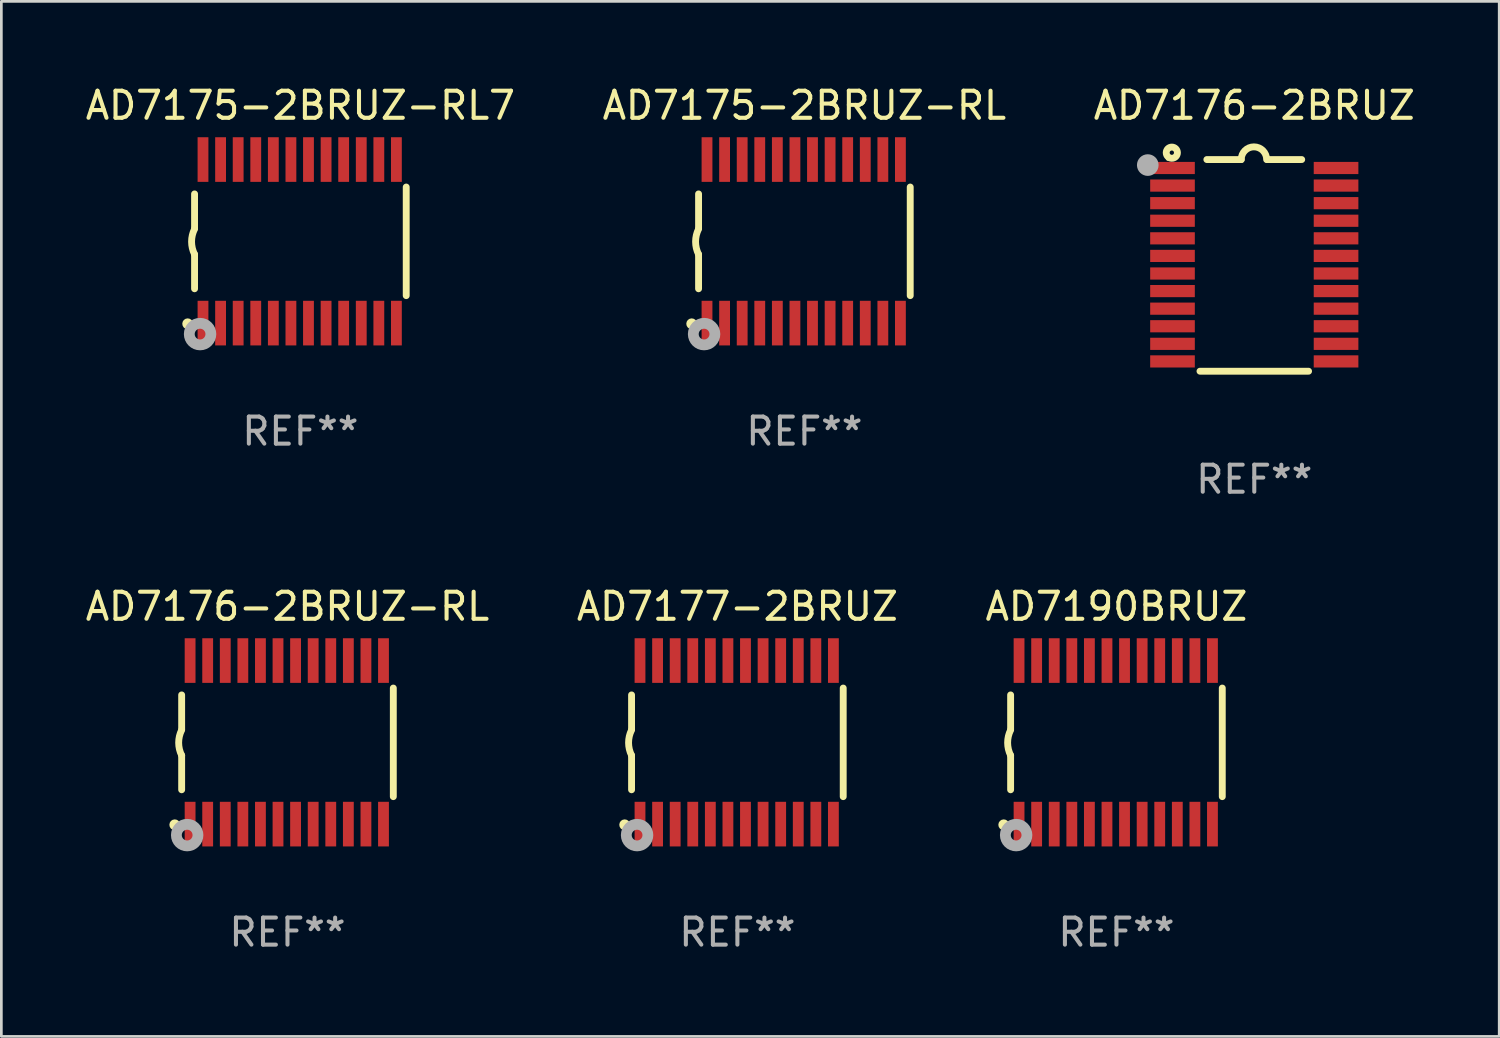
<source format=kicad_pcb>
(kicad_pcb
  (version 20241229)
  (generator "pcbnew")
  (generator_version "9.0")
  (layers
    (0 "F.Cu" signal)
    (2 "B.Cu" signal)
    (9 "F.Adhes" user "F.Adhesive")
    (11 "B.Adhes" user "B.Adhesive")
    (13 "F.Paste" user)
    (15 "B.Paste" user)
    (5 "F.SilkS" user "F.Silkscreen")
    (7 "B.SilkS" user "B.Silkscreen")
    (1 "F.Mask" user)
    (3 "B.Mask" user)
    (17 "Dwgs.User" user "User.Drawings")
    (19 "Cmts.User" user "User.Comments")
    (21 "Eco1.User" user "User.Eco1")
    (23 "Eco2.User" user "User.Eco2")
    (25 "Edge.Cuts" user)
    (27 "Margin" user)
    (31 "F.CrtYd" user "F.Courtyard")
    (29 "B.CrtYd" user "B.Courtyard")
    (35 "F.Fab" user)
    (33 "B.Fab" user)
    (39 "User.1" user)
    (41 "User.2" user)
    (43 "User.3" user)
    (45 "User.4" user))
  (footprint "AD7175-2BRUZ-RL"
    (layer "F.Cu")
    (at 26.685 5.871)
    (property "Reference" "AD7175-2BRUZ-RL" (at 0 -5.023 0) (layer "F.SilkS") (effects (font (size 1 1) (thickness 0.15))))
    (attr through_hole)
    (fp_line (start -3.912 -0.483) (end -3.912 -1.753) (stroke (width 0.254) (type solid)) (layer "F.SilkS"))
    (fp_line (start -3.912 1.753) (end -3.912 0.483) (stroke (width 0.254) (type solid)) (layer "F.SilkS"))
    (fp_line (start 3.912 -2.007) (end 3.912 2.007) (stroke (width 0.254) (type solid)) (layer "F.SilkS"))
    (fp_arc (start -3.911608 0.482601) (mid -4.022537 0.0127) (end -3.911608 -0.457201) (stroke (width 0.254001) (type solid)) (layer "F.SilkS"))
    (fp_circle (center -4.166 3.048) (end -4.066 3.048) (stroke (width 0.2) (type solid)) (fill no) (layer "F.SilkS"))
    (fp_circle (center -3.925 3.186) (end -3.895 3.186) (stroke (width 0.06) (type solid)) (fill no) (layer "F.SilkS"))
    (fp_circle (center -3.708 3.429) (end -3.509 3.429) (stroke (width 0.4) (type solid)) (fill no) (layer "F.Fab"))
    (fp_text user "REF**" (at 0 7.023 0) (layer "F.Fab") (effects (font (size 1 1) (thickness 0.15))))
    (pad "1" smd rect (at -3.6 3.023) (size 0.4 1.65) (layers "F.Cu" "F.Mask" "F.Paste"))
    (pad "2" smd rect (at -2.95 3.023) (size 0.4 1.65) (layers "F.Cu" "F.Mask" "F.Paste"))
    (pad "3" smd rect (at -2.3 3.023) (size 0.4 1.65) (layers "F.Cu" "F.Mask" "F.Paste"))
    (pad "4" smd rect (at -1.65 3.023) (size 0.4 1.65) (layers "F.Cu" "F.Mask" "F.Paste"))
    (pad "5" smd rect (at -1 3.023) (size 0.4 1.65) (layers "F.Cu" "F.Mask" "F.Paste"))
    (pad "6" smd rect (at -0.35 3.023) (size 0.4 1.65) (layers "F.Cu" "F.Mask" "F.Paste"))
    (pad "7" smd rect (at 0.299 3.023) (size 0.4 1.65) (layers "F.Cu" "F.Mask" "F.Paste"))
    (pad "8" smd rect (at 0.95 3.023) (size 0.4 1.65) (layers "F.Cu" "F.Mask" "F.Paste"))
    (pad "9" smd rect (at 1.6 3.023) (size 0.4 1.65) (layers "F.Cu" "F.Mask" "F.Paste"))
    (pad "10" smd rect (at 2.25 3.023) (size 0.4 1.65) (layers "F.Cu" "F.Mask" "F.Paste"))
    (pad "11" smd rect (at 2.9 3.023) (size 0.4 1.65) (layers "F.Cu" "F.Mask" "F.Paste"))
    (pad "12" smd rect (at 3.549 3.023) (size 0.4 1.65) (layers "F.Cu" "F.Mask" "F.Paste"))
    (pad "13" smd rect (at 3.549 -3.023) (size 0.4 1.65) (layers "F.Cu" "F.Mask" "F.Paste"))
    (pad "14" smd rect (at 2.9 -3.023) (size 0.4 1.65) (layers "F.Cu" "F.Mask" "F.Paste"))
    (pad "15" smd rect (at 2.25 -3.023) (size 0.4 1.65) (layers "F.Cu" "F.Mask" "F.Paste"))
    (pad "16" smd rect (at 1.6 -3.023) (size 0.4 1.65) (layers "F.Cu" "F.Mask" "F.Paste"))
    (pad "17" smd rect (at 0.95 -3.023) (size 0.4 1.65) (layers "F.Cu" "F.Mask" "F.Paste"))
    (pad "18" smd rect (at 0.299 -3.023) (size 0.4 1.65) (layers "F.Cu" "F.Mask" "F.Paste"))
    (pad "19" smd rect (at -0.35 -3.023) (size 0.4 1.65) (layers "F.Cu" "F.Mask" "F.Paste"))
    (pad "20" smd rect (at -1 -3.023) (size 0.4 1.65) (layers "F.Cu" "F.Mask" "F.Paste"))
    (pad "21" smd rect (at -1.65 -3.023) (size 0.4 1.65) (layers "F.Cu" "F.Mask" "F.Paste"))
    (pad "22" smd rect (at -2.3 -3.023) (size 0.4 1.65) (layers "F.Cu" "F.Mask" "F.Paste"))
    (pad "23" smd rect (at -2.95 -3.023) (size 0.4 1.65) (layers "F.Cu" "F.Mask" "F.Paste"))
    (pad "24" smd rect (at -3.6 -3.023) (size 0.4 1.65) (layers "F.Cu" "F.Mask" "F.Paste")))
  (footprint "AD7176-2BRUZ-RL"
    (layer "F.Cu")
    (at 7.577 24.391)
    (property "Reference" "AD7176-2BRUZ-RL" (at 0 -5.023 0) (layer "F.SilkS") (effects (font (size 1 1) (thickness 0.15))))
    (attr through_hole)
    (fp_line (start -3.912 -0.483) (end -3.912 -1.753) (stroke (width 0.254) (type solid)) (layer "F.SilkS"))
    (fp_line (start -3.912 1.753) (end -3.912 0.483) (stroke (width 0.254) (type solid)) (layer "F.SilkS"))
    (fp_line (start 3.912 -2.007) (end 3.912 2.007) (stroke (width 0.254) (type solid)) (layer "F.SilkS"))
    (fp_arc (start -3.911608 0.482601) (mid -4.022537 0.0127) (end -3.911608 -0.457201) (stroke (width 0.254001) (type solid)) (layer "F.SilkS"))
    (fp_circle (center -4.166 3.048) (end -4.066 3.048) (stroke (width 0.2) (type solid)) (fill no) (layer "F.SilkS"))
    (fp_circle (center -3.925 3.186) (end -3.895 3.186) (stroke (width 0.06) (type solid)) (fill no) (layer "F.SilkS"))
    (fp_circle (center -3.708 3.429) (end -3.509 3.429) (stroke (width 0.4) (type solid)) (fill no) (layer "F.Fab"))
    (fp_text user "REF**" (at 0 7.023 0) (layer "F.Fab") (effects (font (size 1 1) (thickness 0.15))))
    (pad "1" smd rect (at -3.6 3.023) (size 0.4 1.65) (layers "F.Cu" "F.Mask" "F.Paste"))
    (pad "2" smd rect (at -2.95 3.023) (size 0.4 1.65) (layers "F.Cu" "F.Mask" "F.Paste"))
    (pad "3" smd rect (at -2.3 3.023) (size 0.4 1.65) (layers "F.Cu" "F.Mask" "F.Paste"))
    (pad "4" smd rect (at -1.65 3.023) (size 0.4 1.65) (layers "F.Cu" "F.Mask" "F.Paste"))
    (pad "5" smd rect (at -1 3.023) (size 0.4 1.65) (layers "F.Cu" "F.Mask" "F.Paste"))
    (pad "6" smd rect (at -0.35 3.023) (size 0.4 1.65) (layers "F.Cu" "F.Mask" "F.Paste"))
    (pad "7" smd rect (at 0.299 3.023) (size 0.4 1.65) (layers "F.Cu" "F.Mask" "F.Paste"))
    (pad "8" smd rect (at 0.95 3.023) (size 0.4 1.65) (layers "F.Cu" "F.Mask" "F.Paste"))
    (pad "9" smd rect (at 1.6 3.023) (size 0.4 1.65) (layers "F.Cu" "F.Mask" "F.Paste"))
    (pad "10" smd rect (at 2.25 3.023) (size 0.4 1.65) (layers "F.Cu" "F.Mask" "F.Paste"))
    (pad "11" smd rect (at 2.9 3.023) (size 0.4 1.65) (layers "F.Cu" "F.Mask" "F.Paste"))
    (pad "12" smd rect (at 3.549 3.023) (size 0.4 1.65) (layers "F.Cu" "F.Mask" "F.Paste"))
    (pad "13" smd rect (at 3.549 -3.023) (size 0.4 1.65) (layers "F.Cu" "F.Mask" "F.Paste"))
    (pad "14" smd rect (at 2.9 -3.023) (size 0.4 1.65) (layers "F.Cu" "F.Mask" "F.Paste"))
    (pad "15" smd rect (at 2.25 -3.023) (size 0.4 1.65) (layers "F.Cu" "F.Mask" "F.Paste"))
    (pad "16" smd rect (at 1.6 -3.023) (size 0.4 1.65) (layers "F.Cu" "F.Mask" "F.Paste"))
    (pad "17" smd rect (at 0.95 -3.023) (size 0.4 1.65) (layers "F.Cu" "F.Mask" "F.Paste"))
    (pad "18" smd rect (at 0.299 -3.023) (size 0.4 1.65) (layers "F.Cu" "F.Mask" "F.Paste"))
    (pad "19" smd rect (at -0.35 -3.023) (size 0.4 1.65) (layers "F.Cu" "F.Mask" "F.Paste"))
    (pad "20" smd rect (at -1 -3.023) (size 0.4 1.65) (layers "F.Cu" "F.Mask" "F.Paste"))
    (pad "21" smd rect (at -1.65 -3.023) (size 0.4 1.65) (layers "F.Cu" "F.Mask" "F.Paste"))
    (pad "22" smd rect (at -2.3 -3.023) (size 0.4 1.65) (layers "F.Cu" "F.Mask" "F.Paste"))
    (pad "23" smd rect (at -2.95 -3.023) (size 0.4 1.65) (layers "F.Cu" "F.Mask" "F.Paste"))
    (pad "24" smd rect (at -3.6 -3.023) (size 0.4 1.65) (layers "F.Cu" "F.Mask" "F.Paste")))
  (footprint "AD7175-2BRUZ-RL7"
    (layer "F.Cu")
    (at 8.054 5.871)
    (property "Reference" "AD7175-2BRUZ-RL7" (at 0 -5.023 0) (layer "F.SilkS") (effects (font (size 1 1) (thickness 0.15))))
    (attr through_hole)
    (fp_line (start -3.912 -0.483) (end -3.912 -1.753) (stroke (width 0.254) (type solid)) (layer "F.SilkS"))
    (fp_line (start -3.912 1.753) (end -3.912 0.483) (stroke (width 0.254) (type solid)) (layer "F.SilkS"))
    (fp_line (start 3.912 -2.007) (end 3.912 2.007) (stroke (width 0.254) (type solid)) (layer "F.SilkS"))
    (fp_arc (start -3.911608 0.482601) (mid -4.022537 0.0127) (end -3.911608 -0.457201) (stroke (width 0.254001) (type solid)) (layer "F.SilkS"))
    (fp_circle (center -4.166 3.048) (end -4.066 3.048) (stroke (width 0.2) (type solid)) (fill no) (layer "F.SilkS"))
    (fp_circle (center -3.925 3.186) (end -3.895 3.186) (stroke (width 0.06) (type solid)) (fill no) (layer "F.SilkS"))
    (fp_circle (center -3.708 3.429) (end -3.509 3.429) (stroke (width 0.4) (type solid)) (fill no) (layer "F.Fab"))
    (fp_text user "REF**" (at 0 7.023 0) (layer "F.Fab") (effects (font (size 1 1) (thickness 0.15))))
    (pad "1" smd rect (at -3.6 3.023) (size 0.4 1.65) (layers "F.Cu" "F.Mask" "F.Paste"))
    (pad "2" smd rect (at -2.95 3.023) (size 0.4 1.65) (layers "F.Cu" "F.Mask" "F.Paste"))
    (pad "3" smd rect (at -2.3 3.023) (size 0.4 1.65) (layers "F.Cu" "F.Mask" "F.Paste"))
    (pad "4" smd rect (at -1.65 3.023) (size 0.4 1.65) (layers "F.Cu" "F.Mask" "F.Paste"))
    (pad "5" smd rect (at -1 3.023) (size 0.4 1.65) (layers "F.Cu" "F.Mask" "F.Paste"))
    (pad "6" smd rect (at -0.35 3.023) (size 0.4 1.65) (layers "F.Cu" "F.Mask" "F.Paste"))
    (pad "7" smd rect (at 0.299 3.023) (size 0.4 1.65) (layers "F.Cu" "F.Mask" "F.Paste"))
    (pad "8" smd rect (at 0.95 3.023) (size 0.4 1.65) (layers "F.Cu" "F.Mask" "F.Paste"))
    (pad "9" smd rect (at 1.6 3.023) (size 0.4 1.65) (layers "F.Cu" "F.Mask" "F.Paste"))
    (pad "10" smd rect (at 2.25 3.023) (size 0.4 1.65) (layers "F.Cu" "F.Mask" "F.Paste"))
    (pad "11" smd rect (at 2.9 3.023) (size 0.4 1.65) (layers "F.Cu" "F.Mask" "F.Paste"))
    (pad "12" smd rect (at 3.549 3.023) (size 0.4 1.65) (layers "F.Cu" "F.Mask" "F.Paste"))
    (pad "13" smd rect (at 3.549 -3.023) (size 0.4 1.65) (layers "F.Cu" "F.Mask" "F.Paste"))
    (pad "14" smd rect (at 2.9 -3.023) (size 0.4 1.65) (layers "F.Cu" "F.Mask" "F.Paste"))
    (pad "15" smd rect (at 2.25 -3.023) (size 0.4 1.65) (layers "F.Cu" "F.Mask" "F.Paste"))
    (pad "16" smd rect (at 1.6 -3.023) (size 0.4 1.65) (layers "F.Cu" "F.Mask" "F.Paste"))
    (pad "17" smd rect (at 0.95 -3.023) (size 0.4 1.65) (layers "F.Cu" "F.Mask" "F.Paste"))
    (pad "18" smd rect (at 0.299 -3.023) (size 0.4 1.65) (layers "F.Cu" "F.Mask" "F.Paste"))
    (pad "19" smd rect (at -0.35 -3.023) (size 0.4 1.65) (layers "F.Cu" "F.Mask" "F.Paste"))
    (pad "20" smd rect (at -1 -3.023) (size 0.4 1.65) (layers "F.Cu" "F.Mask" "F.Paste"))
    (pad "21" smd rect (at -1.65 -3.023) (size 0.4 1.65) (layers "F.Cu" "F.Mask" "F.Paste"))
    (pad "22" smd rect (at -2.3 -3.023) (size 0.4 1.65) (layers "F.Cu" "F.Mask" "F.Paste"))
    (pad "23" smd rect (at -2.95 -3.023) (size 0.4 1.65) (layers "F.Cu" "F.Mask" "F.Paste"))
    (pad "24" smd rect (at -3.6 -3.023) (size 0.4 1.65) (layers "F.Cu" "F.Mask" "F.Paste")))
  (footprint "AD7176-2BRUZ"
    (layer "F.Cu")
    (at 43.315 6.76)
    (property "Reference" "AD7176-2BRUZ" (at 0 -5.912 0) (layer "F.SilkS") (effects (font (size 1 1) (thickness 0.15))))
    (attr through_hole)
    (fp_line (start -1.753 -3.912) (end -0.483 -3.912) (stroke (width 0.254) (type solid)) (layer "F.SilkS"))
    (fp_line (start 0.483 -3.912) (end 1.753 -3.912) (stroke (width 0.254) (type solid)) (layer "F.SilkS"))
    (fp_line (start 2.007 3.912) (end -2.007 3.912) (stroke (width 0.254) (type solid)) (layer "F.SilkS"))
    (fp_arc (start -0.482626 -3.911608) (mid -0.012725 -4.381509) (end 0.457176 -3.911608) (stroke (width 0.254001) (type solid)) (layer "F.SilkS"))
    (fp_circle (center -3.2 -3.925) (end -3.17 -3.925) (stroke (width 0.06) (type solid)) (fill no) (layer "F.SilkS"))
    (fp_circle (center -3.048 -4.166) (end -2.968 -4.166) (stroke (width 0.254) (type solid)) (fill no) (layer "F.SilkS"))
    (fp_circle (center -3.937 -3.708) (end -3.737 -3.708) (stroke (width 0.4) (type solid)) (fill no) (layer "F.Fab"))
    (fp_text user "REF**" (at 0 7.912 0) (layer "F.Fab") (effects (font (size 1 1) (thickness 0.15))))
    (pad "1" smd rect (at -3.023 -3.6) (size 1.65 0.45) (layers "F.Cu" "F.Mask" "F.Paste"))
    (pad "2" smd rect (at -3.023 -2.95) (size 1.65 0.45) (layers "F.Cu" "F.Mask" "F.Paste"))
    (pad "3" smd rect (at -3.023 -2.3) (size 1.65 0.45) (layers "F.Cu" "F.Mask" "F.Paste"))
    (pad "4" smd rect (at -3.023 -1.65) (size 1.65 0.45) (layers "F.Cu" "F.Mask" "F.Paste"))
    (pad "5" smd rect (at -3.023 -1) (size 1.65 0.45) (layers "F.Cu" "F.Mask" "F.Paste"))
    (pad "6" smd rect (at -3.023 -0.35) (size 1.65 0.45) (layers "F.Cu" "F.Mask" "F.Paste"))
    (pad "7" smd rect (at -3.023 0.3) (size 1.65 0.45) (layers "F.Cu" "F.Mask" "F.Paste"))
    (pad "8" smd rect (at -3.023 0.95) (size 1.65 0.45) (layers "F.Cu" "F.Mask" "F.Paste"))
    (pad "9" smd rect (at -3.023 1.6) (size 1.65 0.45) (layers "F.Cu" "F.Mask" "F.Paste"))
    (pad "10" smd rect (at -3.023 2.25) (size 1.65 0.45) (layers "F.Cu" "F.Mask" "F.Paste"))
    (pad "11" smd rect (at -3.023 2.9) (size 1.65 0.45) (layers "F.Cu" "F.Mask" "F.Paste"))
    (pad "12" smd rect (at -3.023 3.55) (size 1.65 0.45) (layers "F.Cu" "F.Mask" "F.Paste"))
    (pad "13" smd rect (at 3.023 3.55) (size 1.65 0.45) (layers "F.Cu" "F.Mask" "F.Paste"))
    (pad "14" smd rect (at 3.023 2.9) (size 1.65 0.45) (layers "F.Cu" "F.Mask" "F.Paste"))
    (pad "15" smd rect (at 3.023 2.25) (size 1.65 0.45) (layers "F.Cu" "F.Mask" "F.Paste"))
    (pad "16" smd rect (at 3.023 1.6) (size 1.65 0.45) (layers "F.Cu" "F.Mask" "F.Paste"))
    (pad "17" smd rect (at 3.023 0.95) (size 1.65 0.45) (layers "F.Cu" "F.Mask" "F.Paste"))
    (pad "18" smd rect (at 3.023 0.3) (size 1.65 0.45) (layers "F.Cu" "F.Mask" "F.Paste"))
    (pad "19" smd rect (at 3.023 -0.35) (size 1.65 0.45) (layers "F.Cu" "F.Mask" "F.Paste"))
    (pad "20" smd rect (at 3.023 -1) (size 1.65 0.45) (layers "F.Cu" "F.Mask" "F.Paste"))
    (pad "21" smd rect (at 3.023 -1.65) (size 1.65 0.45) (layers "F.Cu" "F.Mask" "F.Paste"))
    (pad "22" smd rect (at 3.023 -2.3) (size 1.65 0.45) (layers "F.Cu" "F.Mask" "F.Paste"))
    (pad "23" smd rect (at 3.023 -2.95) (size 1.65 0.45) (layers "F.Cu" "F.Mask" "F.Paste"))
    (pad "24" smd rect (at 3.023 -3.6) (size 1.65 0.45) (layers "F.Cu" "F.Mask" "F.Paste")))
  (footprint "AD7190BRUZ"
    (layer "F.Cu")
    (at 38.22 24.391)
    (property "Reference" "AD7190BRUZ" (at 0 -5.023 0) (layer "F.SilkS") (effects (font (size 1 1) (thickness 0.15))))
    (attr through_hole)
    (fp_line (start -3.912 -0.483) (end -3.912 -1.753) (stroke (width 0.254) (type solid)) (layer "F.SilkS"))
    (fp_line (start -3.912 1.753) (end -3.912 0.483) (stroke (width 0.254) (type solid)) (layer "F.SilkS"))
    (fp_line (start 3.912 -2.007) (end 3.912 2.007) (stroke (width 0.254) (type solid)) (layer "F.SilkS"))
    (fp_arc (start -3.911608 0.482601) (mid -4.022537 0.0127) (end -3.911608 -0.457201) (stroke (width 0.254001) (type solid)) (layer "F.SilkS"))
    (fp_circle (center -4.166 3.048) (end -4.066 3.048) (stroke (width 0.2) (type solid)) (fill no) (layer "F.SilkS"))
    (fp_circle (center -3.925 3.186) (end -3.895 3.186) (stroke (width 0.06) (type solid)) (fill no) (layer "F.SilkS"))
    (fp_circle (center -3.708 3.429) (end -3.509 3.429) (stroke (width 0.4) (type solid)) (fill no) (layer "F.Fab"))
    (fp_text user "REF**" (at 0 7.023 0) (layer "F.Fab") (effects (font (size 1 1) (thickness 0.15))))
    (pad "1" smd rect (at -3.6 3.023) (size 0.4 1.65) (layers "F.Cu" "F.Mask" "F.Paste"))
    (pad "2" smd rect (at -2.95 3.023) (size 0.4 1.65) (layers "F.Cu" "F.Mask" "F.Paste"))
    (pad "3" smd rect (at -2.3 3.023) (size 0.4 1.65) (layers "F.Cu" "F.Mask" "F.Paste"))
    (pad "4" smd rect (at -1.65 3.023) (size 0.4 1.65) (layers "F.Cu" "F.Mask" "F.Paste"))
    (pad "5" smd rect (at -1 3.023) (size 0.4 1.65) (layers "F.Cu" "F.Mask" "F.Paste"))
    (pad "6" smd rect (at -0.35 3.023) (size 0.4 1.65) (layers "F.Cu" "F.Mask" "F.Paste"))
    (pad "7" smd rect (at 0.299 3.023) (size 0.4 1.65) (layers "F.Cu" "F.Mask" "F.Paste"))
    (pad "8" smd rect (at 0.95 3.023) (size 0.4 1.65) (layers "F.Cu" "F.Mask" "F.Paste"))
    (pad "9" smd rect (at 1.6 3.023) (size 0.4 1.65) (layers "F.Cu" "F.Mask" "F.Paste"))
    (pad "10" smd rect (at 2.25 3.023) (size 0.4 1.65) (layers "F.Cu" "F.Mask" "F.Paste"))
    (pad "11" smd rect (at 2.9 3.023) (size 0.4 1.65) (layers "F.Cu" "F.Mask" "F.Paste"))
    (pad "12" smd rect (at 3.549 3.023) (size 0.4 1.65) (layers "F.Cu" "F.Mask" "F.Paste"))
    (pad "13" smd rect (at 3.549 -3.023) (size 0.4 1.65) (layers "F.Cu" "F.Mask" "F.Paste"))
    (pad "14" smd rect (at 2.9 -3.023) (size 0.4 1.65) (layers "F.Cu" "F.Mask" "F.Paste"))
    (pad "15" smd rect (at 2.25 -3.023) (size 0.4 1.65) (layers "F.Cu" "F.Mask" "F.Paste"))
    (pad "16" smd rect (at 1.6 -3.023) (size 0.4 1.65) (layers "F.Cu" "F.Mask" "F.Paste"))
    (pad "17" smd rect (at 0.95 -3.023) (size 0.4 1.65) (layers "F.Cu" "F.Mask" "F.Paste"))
    (pad "18" smd rect (at 0.299 -3.023) (size 0.4 1.65) (layers "F.Cu" "F.Mask" "F.Paste"))
    (pad "19" smd rect (at -0.35 -3.023) (size 0.4 1.65) (layers "F.Cu" "F.Mask" "F.Paste"))
    (pad "20" smd rect (at -1 -3.023) (size 0.4 1.65) (layers "F.Cu" "F.Mask" "F.Paste"))
    (pad "21" smd rect (at -1.65 -3.023) (size 0.4 1.65) (layers "F.Cu" "F.Mask" "F.Paste"))
    (pad "22" smd rect (at -2.3 -3.023) (size 0.4 1.65) (layers "F.Cu" "F.Mask" "F.Paste"))
    (pad "23" smd rect (at -2.95 -3.023) (size 0.4 1.65) (layers "F.Cu" "F.Mask" "F.Paste"))
    (pad "24" smd rect (at -3.6 -3.023) (size 0.4 1.65) (layers "F.Cu" "F.Mask" "F.Paste")))
  (footprint "AD7177-2BRUZ"
    (layer "F.Cu")
    (at 24.208 24.391)
    (property "Reference" "AD7177-2BRUZ" (at 0 -5.023 0) (layer "F.SilkS") (effects (font (size 1 1) (thickness 0.15))))
    (attr through_hole)
    (fp_line (start -3.912 -0.483) (end -3.912 -1.753) (stroke (width 0.254) (type solid)) (layer "F.SilkS"))
    (fp_line (start -3.912 1.753) (end -3.912 0.483) (stroke (width 0.254) (type solid)) (layer "F.SilkS"))
    (fp_line (start 3.912 -2.007) (end 3.912 2.007) (stroke (width 0.254) (type solid)) (layer "F.SilkS"))
    (fp_arc (start -3.911608 0.482601) (mid -4.022537 0.0127) (end -3.911608 -0.457201) (stroke (width 0.254001) (type solid)) (layer "F.SilkS"))
    (fp_circle (center -4.166 3.048) (end -4.066 3.048) (stroke (width 0.2) (type solid)) (fill no) (layer "F.SilkS"))
    (fp_circle (center -3.925 3.186) (end -3.895 3.186) (stroke (width 0.06) (type solid)) (fill no) (layer "F.SilkS"))
    (fp_circle (center -3.708 3.429) (end -3.509 3.429) (stroke (width 0.4) (type solid)) (fill no) (layer "F.Fab"))
    (fp_text user "REF**" (at 0 7.023 0) (layer "F.Fab") (effects (font (size 1 1) (thickness 0.15))))
    (pad "1" smd rect (at -3.6 3.023) (size 0.4 1.65) (layers "F.Cu" "F.Mask" "F.Paste"))
    (pad "2" smd rect (at -2.95 3.023) (size 0.4 1.65) (layers "F.Cu" "F.Mask" "F.Paste"))
    (pad "3" smd rect (at -2.3 3.023) (size 0.4 1.65) (layers "F.Cu" "F.Mask" "F.Paste"))
    (pad "4" smd rect (at -1.65 3.023) (size 0.4 1.65) (layers "F.Cu" "F.Mask" "F.Paste"))
    (pad "5" smd rect (at -1 3.023) (size 0.4 1.65) (layers "F.Cu" "F.Mask" "F.Paste"))
    (pad "6" smd rect (at -0.35 3.023) (size 0.4 1.65) (layers "F.Cu" "F.Mask" "F.Paste"))
    (pad "7" smd rect (at 0.299 3.023) (size 0.4 1.65) (layers "F.Cu" "F.Mask" "F.Paste"))
    (pad "8" smd rect (at 0.95 3.023) (size 0.4 1.65) (layers "F.Cu" "F.Mask" "F.Paste"))
    (pad "9" smd rect (at 1.6 3.023) (size 0.4 1.65) (layers "F.Cu" "F.Mask" "F.Paste"))
    (pad "10" smd rect (at 2.25 3.023) (size 0.4 1.65) (layers "F.Cu" "F.Mask" "F.Paste"))
    (pad "11" smd rect (at 2.9 3.023) (size 0.4 1.65) (layers "F.Cu" "F.Mask" "F.Paste"))
    (pad "12" smd rect (at 3.549 3.023) (size 0.4 1.65) (layers "F.Cu" "F.Mask" "F.Paste"))
    (pad "13" smd rect (at 3.549 -3.023) (size 0.4 1.65) (layers "F.Cu" "F.Mask" "F.Paste"))
    (pad "14" smd rect (at 2.9 -3.023) (size 0.4 1.65) (layers "F.Cu" "F.Mask" "F.Paste"))
    (pad "15" smd rect (at 2.25 -3.023) (size 0.4 1.65) (layers "F.Cu" "F.Mask" "F.Paste"))
    (pad "16" smd rect (at 1.6 -3.023) (size 0.4 1.65) (layers "F.Cu" "F.Mask" "F.Paste"))
    (pad "17" smd rect (at 0.95 -3.023) (size 0.4 1.65) (layers "F.Cu" "F.Mask" "F.Paste"))
    (pad "18" smd rect (at 0.299 -3.023) (size 0.4 1.65) (layers "F.Cu" "F.Mask" "F.Paste"))
    (pad "19" smd rect (at -0.35 -3.023) (size 0.4 1.65) (layers "F.Cu" "F.Mask" "F.Paste"))
    (pad "20" smd rect (at -1 -3.023) (size 0.4 1.65) (layers "F.Cu" "F.Mask" "F.Paste"))
    (pad "21" smd rect (at -1.65 -3.023) (size 0.4 1.65) (layers "F.Cu" "F.Mask" "F.Paste"))
    (pad "22" smd rect (at -2.3 -3.023) (size 0.4 1.65) (layers "F.Cu" "F.Mask" "F.Paste"))
    (pad "23" smd rect (at -2.95 -3.023) (size 0.4 1.65) (layers "F.Cu" "F.Mask" "F.Paste"))
    (pad "24" smd rect (at -3.6 -3.023) (size 0.4 1.65) (layers "F.Cu" "F.Mask" "F.Paste")))
  (gr_rect
    (start -3 -3)
    (end 52.369 35.261)
    (stroke (width 0.1) (type default))
    (fill no)
    (layer "Edge.Cuts")))
</source>
